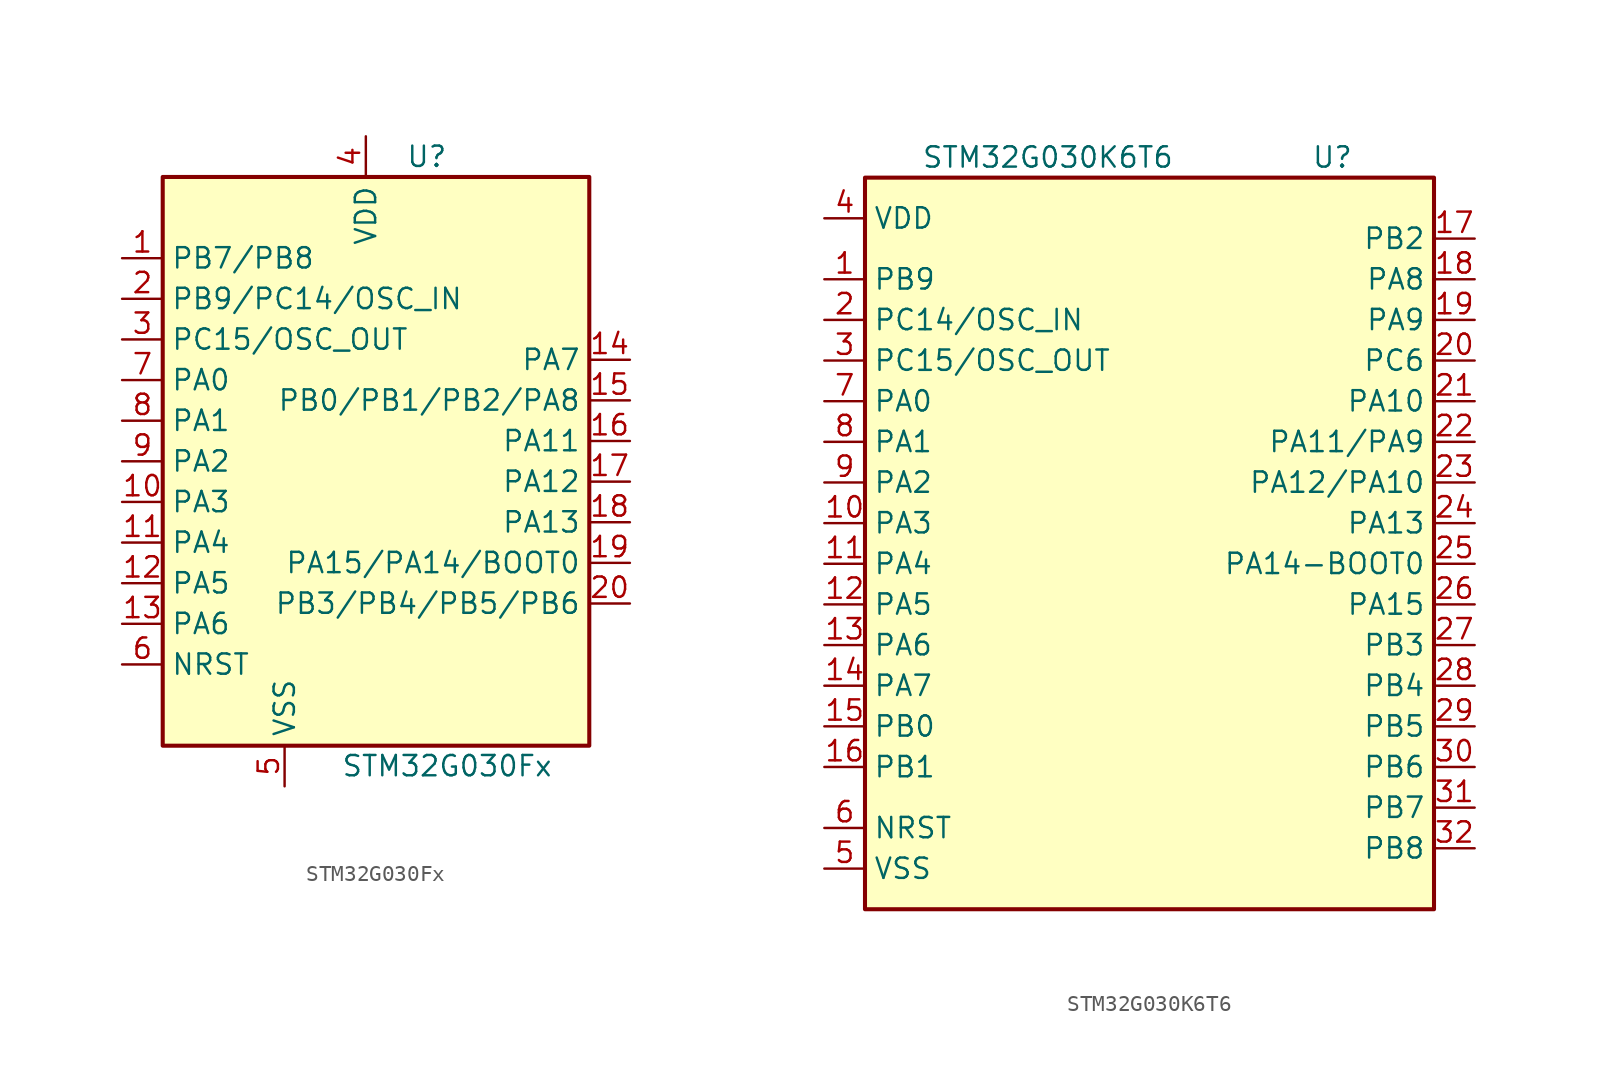
<source format=kicad_sym>
(kicad_symbol_lib
  (version 20211014)
  (generator kicad_symbol_editor)
  (symbol "STM32G030Fx"
    (property "Reference" "U"
      (at 16.51 1.27 0)
      (effects (font (size 1.27 1.27))))
    (property "Value" "STM32G030Fx"
      (at 17.78 -36.83 0)
      (effects (font (size 1.27 1.27))))
    (symbol "STM32G030Fx_0_1"
      (rectangle (start 0 0) (end 26.67 -35.56) (stroke (width 0.254) (type default) (color 0 0 0 0)) (fill (type background))))
    (symbol "STM32G030Fx_1_1"
      (pin bidirectional line (at -2.54 -5.08 0) (length 2.54) (name "PB7/PB8" (effects (font (size 1.27 1.27)))) (number "1" (effects (font (size 1.27 1.27)))))
      (pin bidirectional line (at -2.54 -20.32 0) (length 2.54) (name "PA3" (effects (font (size 1.27 1.27)))) (number "10" (effects (font (size 1.27 1.27)))))
      (pin bidirectional line (at -2.54 -22.86 0) (length 2.54) (name "PA4" (effects (font (size 1.27 1.27)))) (number "11" (effects (font (size 1.27 1.27)))))
      (pin bidirectional line (at -2.54 -25.4 0) (length 2.54) (name "PA5" (effects (font (size 1.27 1.27)))) (number "12" (effects (font (size 1.27 1.27)))))
      (pin bidirectional line (at -2.54 -27.94 0) (length 2.54) (name "PA6" (effects (font (size 1.27 1.27)))) (number "13" (effects (font (size 1.27 1.27)))))
      (pin bidirectional line (at 29.21 -11.43 180) (length 2.54) (name "PA7" (effects (font (size 1.27 1.27)))) (number "14" (effects (font (size 1.27 1.27)))))
      (pin bidirectional line (at 29.21 -13.97 180) (length 2.54) (name "PB0/PB1/PB2/PA8" (effects (font (size 1.27 1.27)))) (number "15" (effects (font (size 1.27 1.27)))))
      (pin bidirectional line (at 29.21 -16.51 180) (length 2.54) (name "PA11" (effects (font (size 1.27 1.27)))) (number "16" (effects (font (size 1.27 1.27)))))
      (pin bidirectional line (at 29.21 -19.05 180) (length 2.54) (name "PA12" (effects (font (size 1.27 1.27)))) (number "17" (effects (font (size 1.27 1.27)))))
      (pin bidirectional line (at 29.21 -21.59 180) (length 2.54) (name "PA13" (effects (font (size 1.27 1.27)))) (number "18" (effects (font (size 1.27 1.27)))))
      (pin bidirectional line (at 29.21 -24.13 180) (length 2.54) (name "PA15/PA14/BOOT0" (effects (font (size 1.27 1.27)))) (number "19" (effects (font (size 1.27 1.27)))))
      (pin bidirectional line (at -2.54 -7.62 0) (length 2.54) (name "PB9/PC14/OSC_IN" (effects (font (size 1.27 1.27)))) (number "2" (effects (font (size 1.27 1.27)))))
      (pin bidirectional line (at 29.21 -26.67 180) (length 2.54) (name "PB3/PB4/PB5/PB6" (effects (font (size 1.27 1.27)))) (number "20" (effects (font (size 1.27 1.27)))))
      (pin bidirectional line (at -2.54 -10.16 0) (length 2.54) (name "PC15/OSC_OUT" (effects (font (size 1.27 1.27)))) (number "3" (effects (font (size 1.27 1.27)))))
      (pin power_in line (at 12.7 2.54 270) (length 2.54) (name "VDD" (effects (font (size 1.27 1.27)))) (number "4" (effects (font (size 1.27 1.27)))))
      (pin power_in line (at 7.62 -38.1 90) (length 2.54) (name "VSS" (effects (font (size 1.27 1.27)))) (number "5" (effects (font (size 1.27 1.27)))))
      (pin input line (at -2.54 -30.48 0) (length 2.54) (name "NRST" (effects (font (size 1.27 1.27)))) (number "6" (effects (font (size 1.27 1.27)))))
      (pin bidirectional line (at -2.54 -12.7 0) (length 2.54) (name "PA0" (effects (font (size 1.27 1.27)))) (number "7" (effects (font (size 1.27 1.27)))))
      (pin bidirectional line (at -2.54 -15.24 0) (length 2.54) (name "PA1" (effects (font (size 1.27 1.27)))) (number "8" (effects (font (size 1.27 1.27)))))
      (pin bidirectional line (at -2.54 -17.78 0) (length 2.54) (name "PA2" (effects (font (size 1.27 1.27)))) (number "9" (effects (font (size 1.27 1.27)))))))
  (symbol "STM32G030K6T6"
    (property "Reference" "U"
      (at 29.21 1.27 0)
      (effects (font (size 1.27 1.27))))
    (property "Value" "STM32G030K6T6"
      (at 11.43 1.27 0)
      (effects (font (size 1.27 1.27))))
    (symbol "STM32G030K6T6_0_1"
      (rectangle (start 0 0) (end 35.56 -45.72) (stroke (width 0.254) (type default) (color 0 0 0 0)) (fill (type background))))
    (symbol "STM32G030K6T6_1_1"
      (pin bidirectional line (at -2.54 -6.35 0) (length 2.54) (name "PB9" (effects (font (size 1.27 1.27)))) (number "1" (effects (font (size 1.27 1.27)))))
      (pin bidirectional line (at -2.54 -21.59 0) (length 2.54) (name "PA3" (effects (font (size 1.27 1.27)))) (number "10" (effects (font (size 1.27 1.27)))))
      (pin bidirectional line (at -2.54 -24.13 0) (length 2.54) (name "PA4" (effects (font (size 1.27 1.27)))) (number "11" (effects (font (size 1.27 1.27)))))
      (pin bidirectional line (at -2.54 -26.67 0) (length 2.54) (name "PA5" (effects (font (size 1.27 1.27)))) (number "12" (effects (font (size 1.27 1.27)))))
      (pin bidirectional line (at -2.54 -29.21 0) (length 2.54) (name "PA6" (effects (font (size 1.27 1.27)))) (number "13" (effects (font (size 1.27 1.27)))))
      (pin bidirectional line (at -2.54 -31.75 0) (length 2.54) (name "PA7" (effects (font (size 1.27 1.27)))) (number "14" (effects (font (size 1.27 1.27)))))
      (pin bidirectional line (at -2.54 -34.29 0) (length 2.54) (name "PB0" (effects (font (size 1.27 1.27)))) (number "15" (effects (font (size 1.27 1.27)))))
      (pin bidirectional line (at -2.54 -36.83 0) (length 2.54) (name "PB1" (effects (font (size 1.27 1.27)))) (number "16" (effects (font (size 1.27 1.27)))))
      (pin bidirectional line (at 38.1 -3.81 180) (length 2.54) (name "PB2" (effects (font (size 1.27 1.27)))) (number "17" (effects (font (size 1.27 1.27)))))
      (pin bidirectional line (at 38.1 -6.35 180) (length 2.54) (name "PA8" (effects (font (size 1.27 1.27)))) (number "18" (effects (font (size 1.27 1.27)))))
      (pin bidirectional line (at 38.1 -8.89 180) (length 2.54) (name "PA9" (effects (font (size 1.27 1.27)))) (number "19" (effects (font (size 1.27 1.27)))))
      (pin bidirectional line (at -2.54 -8.89 0) (length 2.54) (name "PC14/OSC_IN" (effects (font (size 1.27 1.27)))) (number "2" (effects (font (size 1.27 1.27)))))
      (pin bidirectional line (at 38.1 -11.43 180) (length 2.54) (name "PC6" (effects (font (size 1.27 1.27)))) (number "20" (effects (font (size 1.27 1.27)))))
      (pin bidirectional line (at 38.1 -13.97 180) (length 2.54) (name "PA10" (effects (font (size 1.27 1.27)))) (number "21" (effects (font (size 1.27 1.27)))))
      (pin bidirectional line (at 38.1 -16.51 180) (length 2.54) (name "PA11/PA9" (effects (font (size 1.27 1.27)))) (number "22" (effects (font (size 1.27 1.27)))))
      (pin bidirectional line (at 38.1 -19.05 180) (length 2.54) (name "PA12/PA10" (effects (font (size 1.27 1.27)))) (number "23" (effects (font (size 1.27 1.27)))))
      (pin bidirectional line (at 38.1 -21.59 180) (length 2.54) (name "PA13" (effects (font (size 1.27 1.27)))) (number "24" (effects (font (size 1.27 1.27)))))
      (pin bidirectional line (at 38.1 -24.13 180) (length 2.54) (name "PA14-BOOT0" (effects (font (size 1.27 1.27)))) (number "25" (effects (font (size 1.27 1.27)))))
      (pin bidirectional line (at 38.1 -26.67 180) (length 2.54) (name "PA15" (effects (font (size 1.27 1.27)))) (number "26" (effects (font (size 1.27 1.27)))))
      (pin bidirectional line (at 38.1 -29.21 180) (length 2.54) (name "PB3" (effects (font (size 1.27 1.27)))) (number "27" (effects (font (size 1.27 1.27)))))
      (pin bidirectional line (at 38.1 -31.75 180) (length 2.54) (name "PB4" (effects (font (size 1.27 1.27)))) (number "28" (effects (font (size 1.27 1.27)))))
      (pin bidirectional line (at 38.1 -34.29 180) (length 2.54) (name "PB5" (effects (font (size 1.27 1.27)))) (number "29" (effects (font (size 1.27 1.27)))))
      (pin bidirectional line (at -2.54 -11.43 0) (length 2.54) (name "PC15/OSC_OUT" (effects (font (size 1.27 1.27)))) (number "3" (effects (font (size 1.27 1.27)))))
      (pin bidirectional line (at 38.1 -36.83 180) (length 2.54) (name "PB6" (effects (font (size 1.27 1.27)))) (number "30" (effects (font (size 1.27 1.27)))))
      (pin bidirectional line (at 38.1 -39.37 180) (length 2.54) (name "PB7" (effects (font (size 1.27 1.27)))) (number "31" (effects (font (size 1.27 1.27)))))
      (pin bidirectional line (at 38.1 -41.91 180) (length 2.54) (name "PB8" (effects (font (size 1.27 1.27)))) (number "32" (effects (font (size 1.27 1.27)))))
      (pin power_in line (at -2.54 -2.54 0) (length 2.54) (name "VDD" (effects (font (size 1.27 1.27)))) (number "4" (effects (font (size 1.27 1.27)))))
      (pin power_in line (at -2.54 -43.18 0) (length 2.54) (name "VSS" (effects (font (size 1.27 1.27)))) (number "5" (effects (font (size 1.27 1.27)))))
      (pin input line (at -2.54 -40.64 0) (length 2.54) (name "NRST" (effects (font (size 1.27 1.27)))) (number "6" (effects (font (size 1.27 1.27)))))
      (pin bidirectional line (at -2.54 -13.97 0) (length 2.54) (name "PA0" (effects (font (size 1.27 1.27)))) (number "7" (effects (font (size 1.27 1.27)))))
      (pin bidirectional line (at -2.54 -16.51 0) (length 2.54) (name "PA1" (effects (font (size 1.27 1.27)))) (number "8" (effects (font (size 1.27 1.27)))))
      (pin bidirectional line (at -2.54 -19.05 0) (length 2.54) (name "PA2" (effects (font (size 1.27 1.27)))) (number "9" (effects (font (size 1.27 1.27))))))))
</source>
